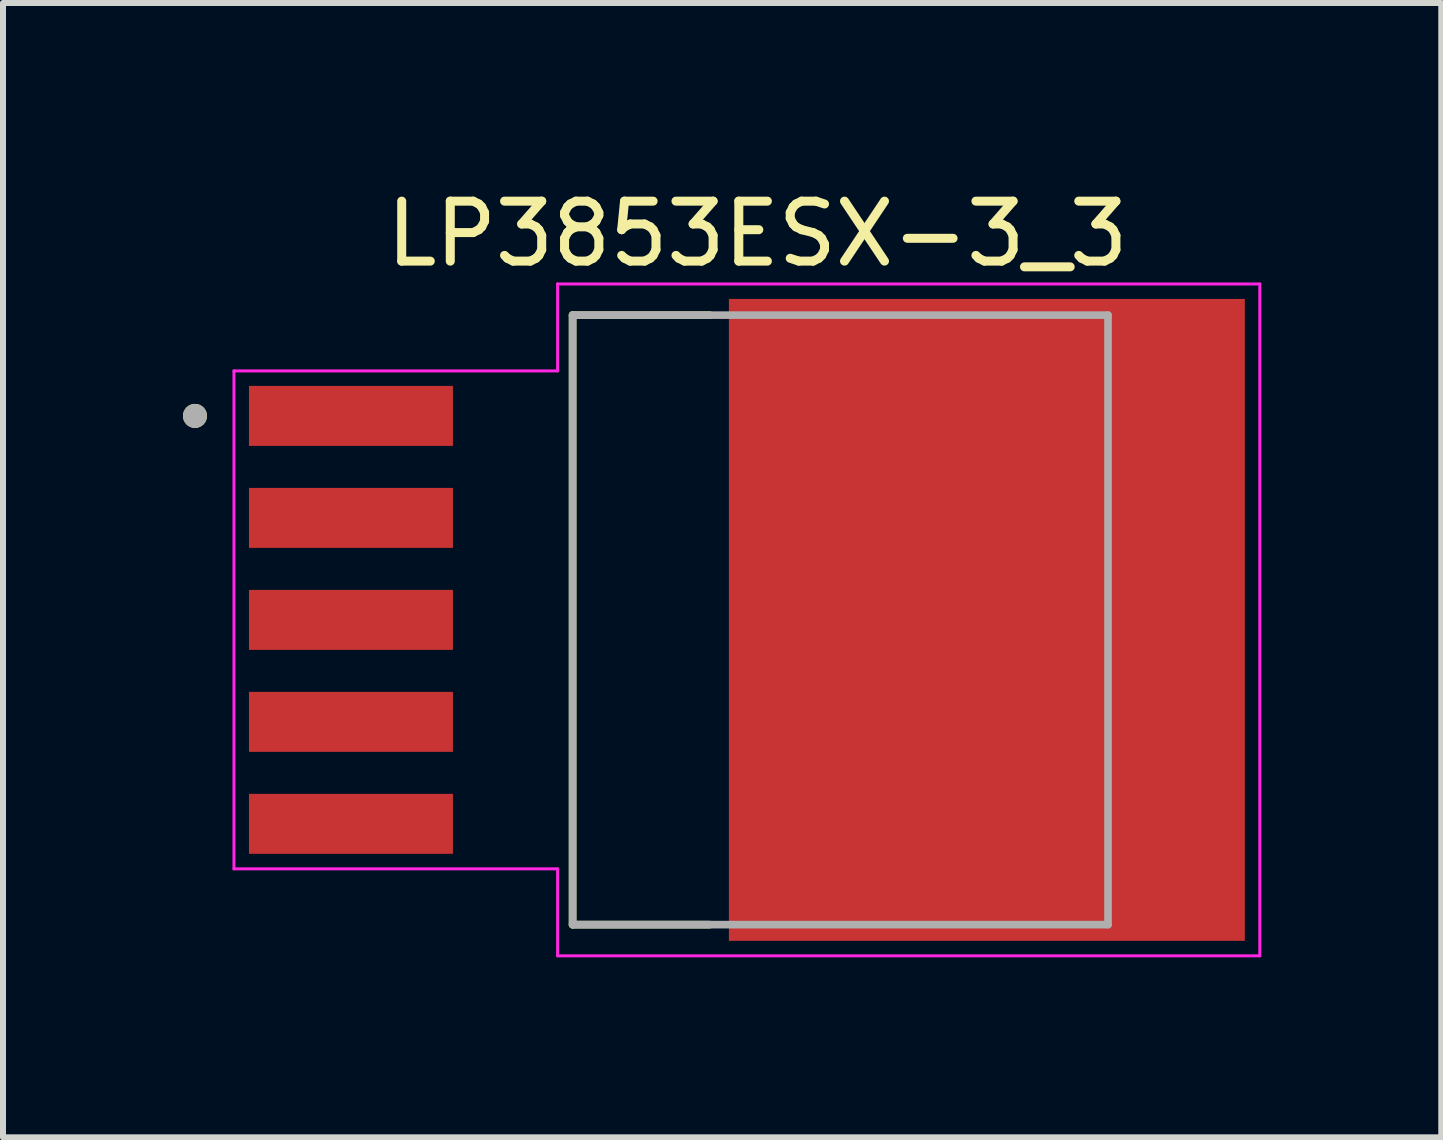
<source format=kicad_pcb>
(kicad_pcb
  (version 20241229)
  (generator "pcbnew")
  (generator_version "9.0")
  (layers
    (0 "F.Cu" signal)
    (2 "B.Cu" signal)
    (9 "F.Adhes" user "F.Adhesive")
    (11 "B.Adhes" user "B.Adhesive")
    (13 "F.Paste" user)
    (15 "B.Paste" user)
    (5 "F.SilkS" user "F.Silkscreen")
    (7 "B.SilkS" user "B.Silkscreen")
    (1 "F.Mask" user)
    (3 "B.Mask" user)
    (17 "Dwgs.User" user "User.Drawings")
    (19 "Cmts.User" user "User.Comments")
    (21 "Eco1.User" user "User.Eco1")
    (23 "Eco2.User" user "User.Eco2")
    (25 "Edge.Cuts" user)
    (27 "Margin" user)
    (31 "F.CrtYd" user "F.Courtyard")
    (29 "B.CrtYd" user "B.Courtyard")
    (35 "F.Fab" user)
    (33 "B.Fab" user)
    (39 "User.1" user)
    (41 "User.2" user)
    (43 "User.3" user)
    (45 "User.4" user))
  (footprint "LP3853ESX-3_3"
    (layer "F.Cu")
    (at 13.4 7.283)
    (property "Reference" "LP3853ESX-3_3" (at -3.825 -6.435 0) (layer "F.SilkS") (effects (font (size 1 1) (thickness 0.15))))
    (attr through_hole)
    (fp_poly (pts (xy -12.37 -3.97) (xy -8.83 -3.97) (xy -8.83 -2.83) (xy -12.37 -2.83)) (stroke (width 0.01) (type solid)) (fill yes) (layer "F.Mask"))
    (fp_poly (pts (xy -12.37 -2.27) (xy -8.83 -2.27) (xy -8.83 -1.13) (xy -12.37 -1.13)) (stroke (width 0.01) (type solid)) (fill yes) (layer "F.Mask"))
    (fp_poly (pts (xy -12.37 -0.57) (xy -8.83 -0.57) (xy -8.83 0.57) (xy -12.37 0.57)) (stroke (width 0.01) (type solid)) (fill yes) (layer "F.Mask"))
    (fp_poly (pts (xy -12.37 1.13) (xy -8.83 1.13) (xy -8.83 2.27) (xy -12.37 2.27)) (stroke (width 0.01) (type solid)) (fill yes) (layer "F.Mask"))
    (fp_poly (pts (xy -12.37 2.83) (xy -8.83 2.83) (xy -8.83 3.97) (xy -12.37 3.97)) (stroke (width 0.01) (type solid)) (fill yes) (layer "F.Mask"))
    (fp_poly (pts (xy -4.37 -5.42) (xy 4.37 -5.42) (xy 4.37 5.42) (xy -4.37 5.42)) (stroke (width 0.01) (type solid)) (fill yes) (layer "F.Mask"))
    (fp_line (start -6.905 -5.08) (end -6.905 5.08) (stroke (width 0.127) (type solid)) (layer "F.SilkS"))
    (fp_line (start -6.905 5.08) (end -4.62 5.08) (stroke (width 0.127) (type solid)) (layer "F.SilkS"))
    (fp_line (start -4.62 -5.08) (end -6.905 -5.08) (stroke (width 0.127) (type solid)) (layer "F.SilkS"))
    (fp_circle (center -13.2 -3.4) (end -13.1 -3.4) (stroke (width 0.2) (type solid)) (fill no) (layer "F.SilkS"))
    (fp_poly (pts (xy -12.25 -3.85) (xy -8.95 -3.85) (xy -8.95 -2.95) (xy -12.25 -2.95)) (stroke (width 0.01) (type solid)) (fill yes) (layer "F.Paste"))
    (fp_poly (pts (xy -12.25 -2.15) (xy -8.95 -2.15) (xy -8.95 -1.25) (xy -12.25 -1.25)) (stroke (width 0.01) (type solid)) (fill yes) (layer "F.Paste"))
    (fp_poly (pts (xy -12.25 -0.45) (xy -8.95 -0.45) (xy -8.95 0.45) (xy -12.25 0.45)) (stroke (width 0.01) (type solid)) (fill yes) (layer "F.Paste"))
    (fp_poly (pts (xy -12.25 1.25) (xy -8.95 1.25) (xy -8.95 2.15) (xy -12.25 2.15)) (stroke (width 0.01) (type solid)) (fill yes) (layer "F.Paste"))
    (fp_poly (pts (xy -12.25 2.95) (xy -8.95 2.95) (xy -8.95 3.85) (xy -12.25 3.85)) (stroke (width 0.01) (type solid)) (fill yes) (layer "F.Paste"))
    (fp_poly (pts (xy -4.25 -5.3) (xy 4.25 -5.3) (xy 4.25 5.3) (xy -4.25 5.3)) (stroke (width 0.01) (type solid)) (fill yes) (layer "F.Paste"))
    (fp_line (start -12.55 -4.15) (end -12.55 4.15) (stroke (width 0.05) (type solid)) (layer "F.CrtYd"))
    (fp_line (start -12.55 4.15) (end -7.155 4.15) (stroke (width 0.05) (type solid)) (layer "F.CrtYd"))
    (fp_line (start -7.155 -5.6) (end -7.155 -4.15) (stroke (width 0.05) (type solid)) (layer "F.CrtYd"))
    (fp_line (start -7.155 -4.15) (end -12.55 -4.15) (stroke (width 0.05) (type solid)) (layer "F.CrtYd"))
    (fp_line (start -7.155 4.15) (end -7.155 5.6) (stroke (width 0.05) (type solid)) (layer "F.CrtYd"))
    (fp_line (start -7.155 5.6) (end 4.55 5.6) (stroke (width 0.05) (type solid)) (layer "F.CrtYd"))
    (fp_line (start 4.55 -5.6) (end -7.155 -5.6) (stroke (width 0.05) (type solid)) (layer "F.CrtYd"))
    (fp_line (start 4.55 5.6) (end 4.55 -5.6) (stroke (width 0.05) (type solid)) (layer "F.CrtYd"))
    (fp_line (start -6.905 -5.08) (end -6.905 5.08) (stroke (width 0.127) (type solid)) (layer "F.Fab"))
    (fp_line (start -6.905 5.08) (end 2.02 5.08) (stroke (width 0.127) (type solid)) (layer "F.Fab"))
    (fp_line (start 2.02 -5.08) (end -6.905 -5.08) (stroke (width 0.127) (type solid)) (layer "F.Fab"))
    (fp_line (start 2.02 5.08) (end 2.02 -5.08) (stroke (width 0.127) (type solid)) (layer "F.Fab"))
    (fp_circle (center -13.2 -3.4) (end -13.1 -3.4) (stroke (width 0.2) (type solid)) (fill no) (layer "F.Fab"))
    (pad "1" smd rect (at -10.6 -3.4) (size 3.4 1) (layers "F.Cu"))
    (pad "2" smd rect (at -10.6 -1.7) (size 3.4 1) (layers "F.Cu"))
    (pad "3" smd rect (at -10.6 0) (size 3.4 1) (layers "F.Cu"))
    (pad "4" smd rect (at -10.6 1.7) (size 3.4 1) (layers "F.Cu"))
    (pad "5" smd rect (at -10.6 3.4) (size 3.4 1) (layers "F.Cu"))
    (pad "6" smd rect (at 0 0) (size 8.6 10.7) (layers "F.Cu")))
  (gr_rect
    (start -3 -3)
    (end 20.975 15.908)
    (stroke (width 0.1) (type default))
    (fill no)
    (layer "Edge.Cuts")))
</source>
